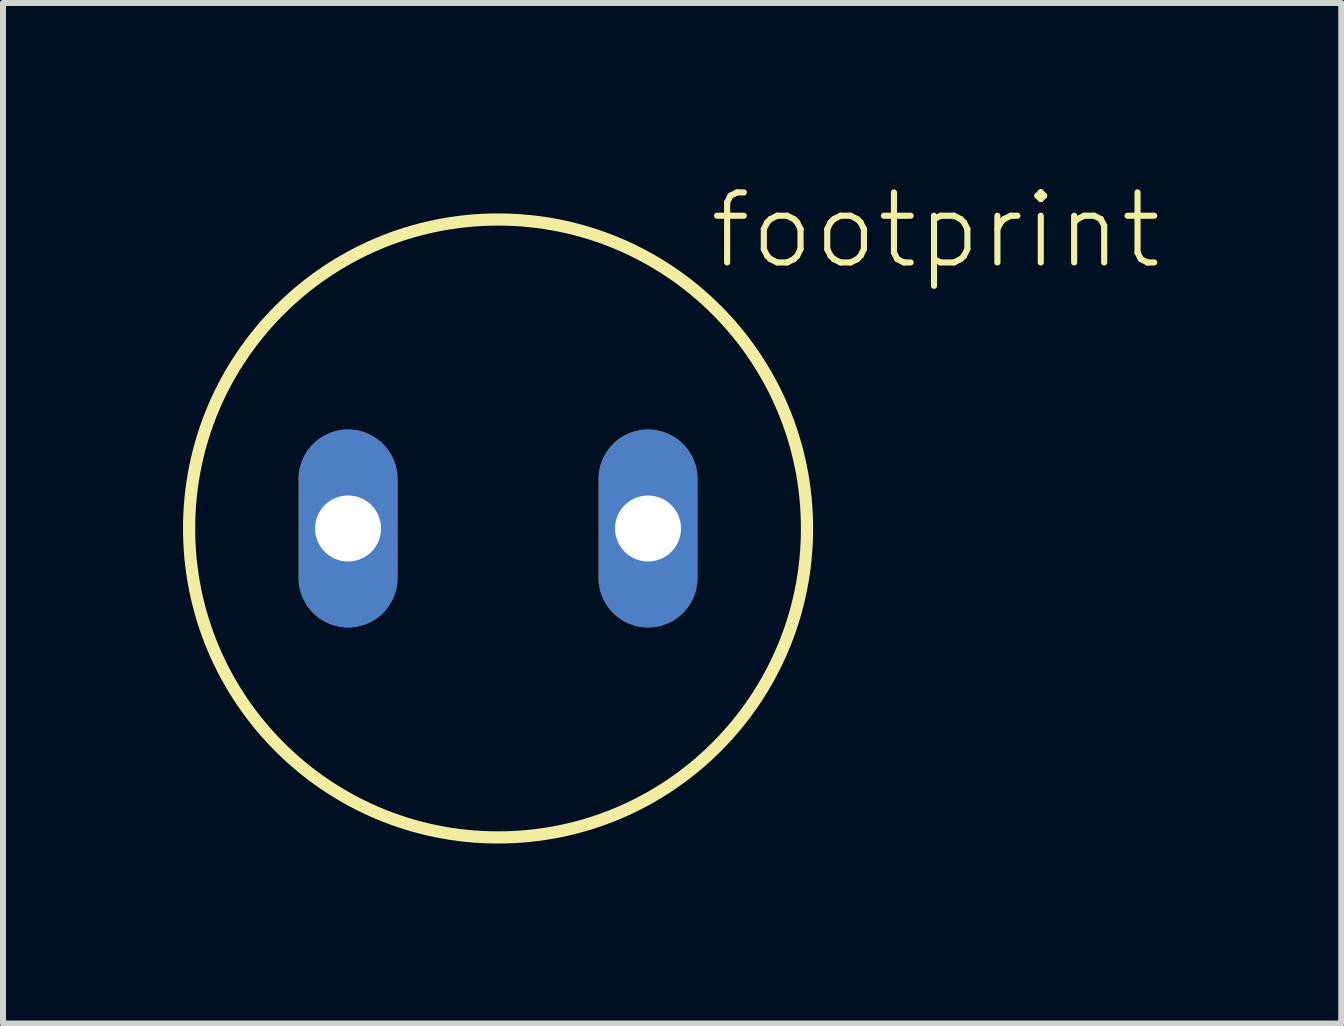
<source format=kicad_pcb>
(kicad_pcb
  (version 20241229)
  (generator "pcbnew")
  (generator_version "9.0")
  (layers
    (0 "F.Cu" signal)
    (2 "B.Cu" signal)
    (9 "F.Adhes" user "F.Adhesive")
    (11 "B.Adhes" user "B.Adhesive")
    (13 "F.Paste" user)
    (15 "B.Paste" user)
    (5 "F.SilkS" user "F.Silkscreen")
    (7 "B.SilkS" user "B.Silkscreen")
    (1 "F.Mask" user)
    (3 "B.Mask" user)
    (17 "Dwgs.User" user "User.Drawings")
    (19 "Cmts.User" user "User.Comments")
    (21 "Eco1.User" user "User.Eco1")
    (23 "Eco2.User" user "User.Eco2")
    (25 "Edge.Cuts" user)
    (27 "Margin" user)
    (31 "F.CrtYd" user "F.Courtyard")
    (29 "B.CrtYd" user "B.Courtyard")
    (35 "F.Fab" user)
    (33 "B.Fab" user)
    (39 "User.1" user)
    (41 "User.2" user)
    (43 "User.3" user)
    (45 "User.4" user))
  (footprint "footprint"
    (layer "F.Cu")
    (at 5.252 5.759)
    (property "Reference" "footprint" (at 3.473 -4.286 0) (layer "F.SilkS") (effects (font (size 1.168 1.168) (thickness 0.102)) (justify left bottom)))
    (fp_circle (center 0 0) (end 5.15 0) (stroke (width 0.203) (type solid)) (fill no) (layer "F.SilkS"))
    (pad "1" thru_hole oval (at -2.5 0 90) (size 3.3 1.65) (drill 1.1) (layers "*.Cu" "*.Mask"))
    (pad "2" thru_hole oval (at 2.5 0 90) (size 3.3 1.65) (drill 1.1) (layers "*.Cu" "*.Mask")))
  (gr_rect
    (start -3 -3)
    (end 19.307 14.011)
    (stroke (width 0.1) (type default))
    (fill no)
    (layer "Edge.Cuts")))
</source>
